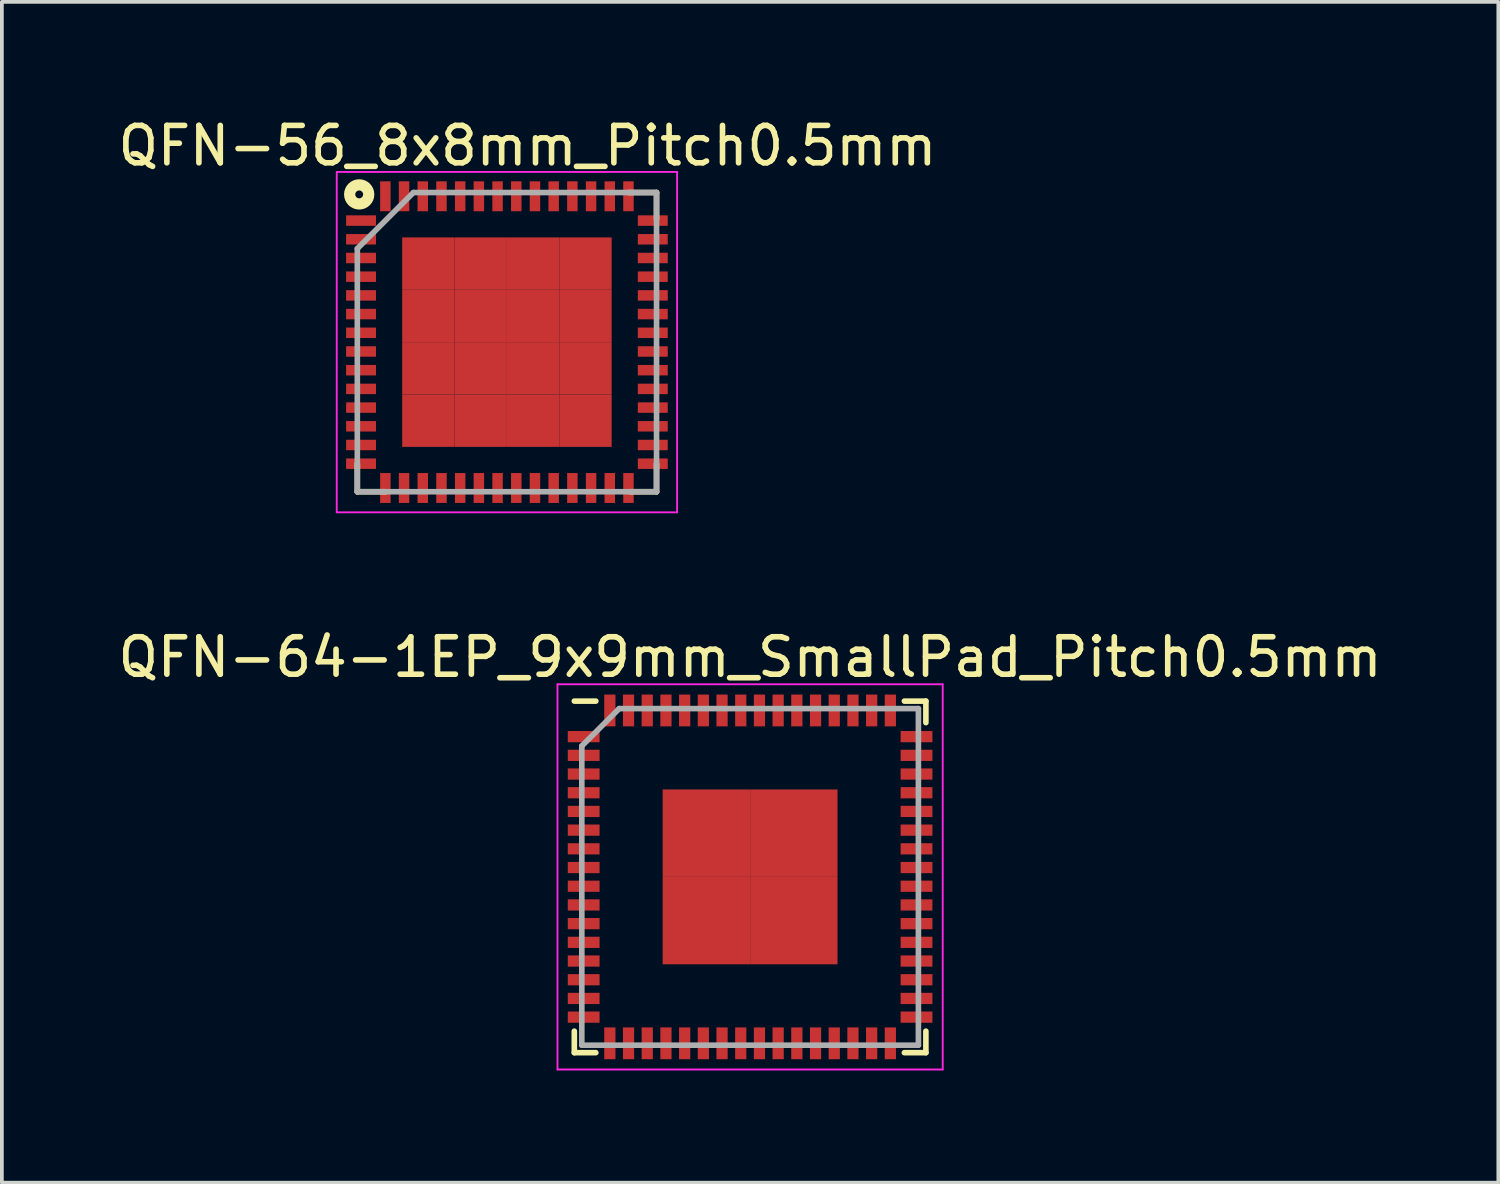
<source format=kicad_pcb>
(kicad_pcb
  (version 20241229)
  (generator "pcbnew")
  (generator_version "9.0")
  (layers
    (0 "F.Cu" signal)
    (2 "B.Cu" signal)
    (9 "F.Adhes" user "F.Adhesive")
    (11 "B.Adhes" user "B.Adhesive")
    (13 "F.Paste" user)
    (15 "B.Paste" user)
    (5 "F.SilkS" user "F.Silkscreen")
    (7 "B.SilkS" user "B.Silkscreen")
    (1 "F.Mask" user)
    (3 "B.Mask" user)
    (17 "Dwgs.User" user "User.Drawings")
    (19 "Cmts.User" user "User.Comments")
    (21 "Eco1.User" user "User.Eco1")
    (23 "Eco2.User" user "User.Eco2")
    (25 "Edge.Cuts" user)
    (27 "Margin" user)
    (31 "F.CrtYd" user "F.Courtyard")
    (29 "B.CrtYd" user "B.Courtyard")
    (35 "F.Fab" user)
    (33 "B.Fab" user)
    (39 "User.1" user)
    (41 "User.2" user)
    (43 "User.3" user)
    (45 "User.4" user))
  (footprint "QFN-56_8x8mm_Pitch0.5mm"
    (layer "F.Cu")
    (at 10.504 6.098)
    (property "Reference" "QFN-56_8x8mm_Pitch0.5mm" (at 0.55 -5.25 0) (layer "F.SilkS") (effects (font (size 1 1) (thickness 0.15))))
    (attr smd)
    (fp_line (start -4 3.25) (end -4 4) (stroke (width 0.15) (type solid)) (layer "F.SilkS"))
    (fp_line (start -4 4) (end -3.25 4) (stroke (width 0.15) (type solid)) (layer "F.SilkS"))
    (fp_line (start 4 -4) (end 3.25 -4) (stroke (width 0.15) (type solid)) (layer "F.SilkS"))
    (fp_line (start 4 -4) (end 4 -3.3) (stroke (width 0.15) (type solid)) (layer "F.SilkS"))
    (fp_line (start 4 3.25) (end 4 4) (stroke (width 0.15) (type solid)) (layer "F.SilkS"))
    (fp_line (start 4 4) (end 3.3 4) (stroke (width 0.15) (type solid)) (layer "F.SilkS"))
    (fp_circle (center -3.95 -3.95) (end -4 -3.7) (stroke (width 0.3) (type solid)) (fill no) (layer "F.SilkS"))
    (fp_line (start -4.55 -4.55) (end -4.55 4.55) (stroke (width 0.05) (type solid)) (layer "F.CrtYd"))
    (fp_line (start -4.55 -4.55) (end 4.55 -4.55) (stroke (width 0.05) (type solid)) (layer "F.CrtYd"))
    (fp_line (start -4.55 4.55) (end 4.55 4.55) (stroke (width 0.05) (type solid)) (layer "F.CrtYd"))
    (fp_line (start 4.55 -4.55) (end 4.55 4.55) (stroke (width 0.05) (type solid)) (layer "F.CrtYd"))
    (fp_line (start -4 -2.5) (end -2.5 -4) (stroke (width 0.15) (type solid)) (layer "F.Fab"))
    (fp_line (start -4 4) (end -4 -2.5) (stroke (width 0.15) (type solid)) (layer "F.Fab"))
    (fp_line (start -2.5 -4) (end 4 -4) (stroke (width 0.15) (type solid)) (layer "F.Fab"))
    (fp_line (start 4 -4) (end 4 4) (stroke (width 0.15) (type solid)) (layer "F.Fab"))
    (fp_line (start 4 4) (end -4 4) (stroke (width 0.15) (type solid)) (layer "F.Fab"))
    (pad "1" smd rect (at -3.9 -3.25) (size 0.8 0.28) (layers "F.Cu" "F.Mask" "F.Paste"))
    (pad "2" smd rect (at -3.9 -2.75) (size 0.8 0.28) (layers "F.Cu" "F.Mask" "F.Paste"))
    (pad "3" smd rect (at -3.9 -2.25) (size 0.8 0.28) (layers "F.Cu" "F.Mask" "F.Paste"))
    (pad "4" smd rect (at -3.9 -1.75) (size 0.8 0.28) (layers "F.Cu" "F.Mask" "F.Paste"))
    (pad "5" smd rect (at -3.9 -1.25) (size 0.8 0.28) (layers "F.Cu" "F.Mask" "F.Paste"))
    (pad "6" smd rect (at -3.9 -0.75) (size 0.8 0.28) (layers "F.Cu" "F.Mask" "F.Paste"))
    (pad "7" smd rect (at -3.9 -0.25) (size 0.8 0.28) (layers "F.Cu" "F.Mask" "F.Paste"))
    (pad "8" smd rect (at -3.9 0.25) (size 0.8 0.28) (layers "F.Cu" "F.Mask" "F.Paste"))
    (pad "9" smd rect (at -3.9 0.75) (size 0.8 0.28) (layers "F.Cu" "F.Mask" "F.Paste"))
    (pad "10" smd rect (at -3.9 1.25) (size 0.8 0.28) (layers "F.Cu" "F.Mask" "F.Paste"))
    (pad "11" smd rect (at -3.9 1.75) (size 0.8 0.28) (layers "F.Cu" "F.Mask" "F.Paste"))
    (pad "12" smd rect (at -3.9 2.25) (size 0.8 0.28) (layers "F.Cu" "F.Mask" "F.Paste"))
    (pad "13" smd rect (at -3.9 2.75) (size 0.8 0.28) (layers "F.Cu" "F.Mask" "F.Paste"))
    (pad "14" smd rect (at -3.9 3.25) (size 0.8 0.28) (layers "F.Cu" "F.Mask" "F.Paste"))
    (pad "15" smd rect (at -3.25 3.9 90) (size 0.8 0.28) (layers "F.Cu" "F.Mask" "F.Paste"))
    (pad "16" smd rect (at -2.75 3.9 90) (size 0.8 0.28) (layers "F.Cu" "F.Mask" "F.Paste"))
    (pad "17" smd rect (at -2.25 3.9 90) (size 0.8 0.28) (layers "F.Cu" "F.Mask" "F.Paste"))
    (pad "18" smd rect (at -1.75 3.9 90) (size 0.8 0.28) (layers "F.Cu" "F.Mask" "F.Paste"))
    (pad "19" smd rect (at -1.25 3.9 90) (size 0.8 0.28) (layers "F.Cu" "F.Mask" "F.Paste"))
    (pad "20" smd rect (at -0.75 3.9 90) (size 0.8 0.28) (layers "F.Cu" "F.Mask" "F.Paste"))
    (pad "21" smd rect (at -0.25 3.9 90) (size 0.8 0.28) (layers "F.Cu" "F.Mask" "F.Paste"))
    (pad "22" smd rect (at 0.25 3.9 90) (size 0.8 0.28) (layers "F.Cu" "F.Mask" "F.Paste"))
    (pad "23" smd rect (at 0.75 3.9 90) (size 0.8 0.28) (layers "F.Cu" "F.Mask" "F.Paste"))
    (pad "24" smd rect (at 1.25 3.9 90) (size 0.8 0.28) (layers "F.Cu" "F.Mask" "F.Paste"))
    (pad "25" smd rect (at 1.75 3.9 90) (size 0.8 0.28) (layers "F.Cu" "F.Mask" "F.Paste"))
    (pad "26" smd rect (at 2.25 3.9 90) (size 0.8 0.28) (layers "F.Cu" "F.Mask" "F.Paste"))
    (pad "27" smd rect (at 2.75 3.9 90) (size 0.8 0.28) (layers "F.Cu" "F.Mask" "F.Paste"))
    (pad "28" smd rect (at 3.25 3.9 90) (size 0.8 0.28) (layers "F.Cu" "F.Mask" "F.Paste"))
    (pad "29" smd rect (at 3.9 3.25) (size 0.8 0.28) (layers "F.Cu" "F.Mask" "F.Paste"))
    (pad "30" smd rect (at 3.9 2.75) (size 0.8 0.28) (layers "F.Cu" "F.Mask" "F.Paste"))
    (pad "31" smd rect (at 3.9 2.25) (size 0.8 0.28) (layers "F.Cu" "F.Mask" "F.Paste"))
    (pad "32" smd rect (at 3.9 1.75) (size 0.8 0.28) (layers "F.Cu" "F.Mask" "F.Paste"))
    (pad "33" smd rect (at 3.9 1.25) (size 0.8 0.28) (layers "F.Cu" "F.Mask" "F.Paste"))
    (pad "34" smd rect (at 3.9 0.75) (size 0.8 0.28) (layers "F.Cu" "F.Mask" "F.Paste"))
    (pad "35" smd rect (at 3.9 0.25) (size 0.8 0.28) (layers "F.Cu" "F.Mask" "F.Paste"))
    (pad "36" smd rect (at 3.9 -0.25) (size 0.8 0.28) (layers "F.Cu" "F.Mask" "F.Paste"))
    (pad "37" smd rect (at 3.9 -0.75) (size 0.8 0.28) (layers "F.Cu" "F.Mask" "F.Paste"))
    (pad "38" smd rect (at 3.9 -1.25) (size 0.8 0.28) (layers "F.Cu" "F.Mask" "F.Paste"))
    (pad "39" smd rect (at 3.9 -1.75) (size 0.8 0.28) (layers "F.Cu" "F.Mask" "F.Paste"))
    (pad "40" smd rect (at 3.9 -2.25) (size 0.8 0.28) (layers "F.Cu" "F.Mask" "F.Paste"))
    (pad "41" smd rect (at 3.9 -2.75) (size 0.8 0.28) (layers "F.Cu" "F.Mask" "F.Paste"))
    (pad "42" smd rect (at 3.9 -3.25) (size 0.8 0.28) (layers "F.Cu" "F.Mask" "F.Paste"))
    (pad "43" smd rect (at 3.25 -3.9 90) (size 0.8 0.28) (layers "F.Cu" "F.Mask" "F.Paste"))
    (pad "44" smd rect (at 2.75 -3.9 90) (size 0.8 0.28) (layers "F.Cu" "F.Mask" "F.Paste"))
    (pad "45" smd rect (at 2.25 -3.9 90) (size 0.8 0.28) (layers "F.Cu" "F.Mask" "F.Paste"))
    (pad "46" smd rect (at 1.75 -3.9 90) (size 0.8 0.28) (layers "F.Cu" "F.Mask" "F.Paste"))
    (pad "47" smd rect (at 1.25 -3.9 90) (size 0.8 0.28) (layers "F.Cu" "F.Mask" "F.Paste"))
    (pad "48" smd rect (at 0.75 -3.9 90) (size 0.8 0.28) (layers "F.Cu" "F.Mask" "F.Paste"))
    (pad "49" smd rect (at 0.25 -3.9 90) (size 0.8 0.28) (layers "F.Cu" "F.Mask" "F.Paste"))
    (pad "50" smd rect (at -0.25 -3.9 90) (size 0.8 0.28) (layers "F.Cu" "F.Mask" "F.Paste"))
    (pad "51" smd rect (at -0.75 -3.9 90) (size 0.8 0.28) (layers "F.Cu" "F.Mask" "F.Paste"))
    (pad "52" smd rect (at -1.25 -3.9 90) (size 0.8 0.28) (layers "F.Cu" "F.Mask" "F.Paste"))
    (pad "53" smd rect (at -1.75 -3.9 90) (size 0.8 0.28) (layers "F.Cu" "F.Mask" "F.Paste"))
    (pad "54" smd rect (at -2.25 -3.9 90) (size 0.8 0.28) (layers "F.Cu" "F.Mask" "F.Paste"))
    (pad "55" smd rect (at -2.75 -3.9 90) (size 0.8 0.28) (layers "F.Cu" "F.Mask" "F.Paste"))
    (pad "56" smd rect (at -3.25 -3.9 90) (size 0.8 0.28) (layers "F.Cu" "F.Mask" "F.Paste"))
    (pad "57" smd rect (at -2.1 -2.1) (size 1.4 1.4) (layers "F.Cu" "F.Mask" "F.Paste"))
    (pad "57" smd rect (at -2.1 -0.7) (size 1.4 1.4) (layers "F.Cu" "F.Mask" "F.Paste"))
    (pad "57" smd rect (at -2.1 0.7) (size 1.4 1.4) (layers "F.Cu" "F.Mask" "F.Paste"))
    (pad "57" smd rect (at -2.1 2.1) (size 1.4 1.4) (layers "F.Cu" "F.Mask" "F.Paste"))
    (pad "57" smd rect (at -0.7 -2.1) (size 1.4 1.4) (layers "F.Cu" "F.Mask" "F.Paste"))
    (pad "57" smd rect (at -0.7 -0.7) (size 1.4 1.4) (layers "F.Cu" "F.Mask" "F.Paste"))
    (pad "57" smd rect (at -0.7 0.7) (size 1.4 1.4) (layers "F.Cu" "F.Mask" "F.Paste"))
    (pad "57" smd rect (at -0.7 2.1) (size 1.4 1.4) (layers "F.Cu" "F.Mask" "F.Paste"))
    (pad "57" smd rect (at 0.7 -2.1) (size 1.4 1.4) (layers "F.Cu" "F.Mask" "F.Paste"))
    (pad "57" smd rect (at 0.7 -0.7) (size 1.4 1.4) (layers "F.Cu" "F.Mask" "F.Paste"))
    (pad "57" smd rect (at 0.7 0.7) (size 1.4 1.4) (layers "F.Cu" "F.Mask" "F.Paste"))
    (pad "57" smd rect (at 0.7 2.1) (size 1.4 1.4) (layers "F.Cu" "F.Mask" "F.Paste"))
    (pad "57" smd rect (at 2.1 -2.1) (size 1.4 1.4) (layers "F.Cu" "F.Mask" "F.Paste"))
    (pad "57" smd rect (at 2.1 -0.7) (size 1.4 1.4) (layers "F.Cu" "F.Mask" "F.Paste"))
    (pad "57" smd rect (at 2.1 0.7) (size 1.4 1.4) (layers "F.Cu" "F.Mask" "F.Paste"))
    (pad "57" smd rect (at 2.1 2.1) (size 1.4 1.4) (layers "F.Cu" "F.Mask" "F.Paste")))
  (footprint "QFN-64-1EP_9x9mm_SmallPad_Pitch0.5mm"
    (layer "F.Cu")
    (at 17.006 20.396)
    (property "Reference" "QFN-64-1EP_9x9mm_SmallPad_Pitch0.5mm" (at 0 -5.875 0) (layer "F.SilkS") (effects (font (size 1 1) (thickness 0.15))))
    (attr smd)
    (fp_line (start -4.7 -4.7) (end -4.125 -4.7) (stroke (width 0.15) (type solid)) (layer "F.SilkS"))
    (fp_line (start -4.7 4.7) (end -4.7 4.125) (stroke (width 0.15) (type solid)) (layer "F.SilkS"))
    (fp_line (start -4.7 4.7) (end -4.125 4.7) (stroke (width 0.15) (type solid)) (layer "F.SilkS"))
    (fp_line (start 4.7 -4.7) (end 4.125 -4.7) (stroke (width 0.15) (type solid)) (layer "F.SilkS"))
    (fp_line (start 4.7 -4.7) (end 4.7 -4.125) (stroke (width 0.15) (type solid)) (layer "F.SilkS"))
    (fp_line (start 4.7 4.7) (end 4.125 4.7) (stroke (width 0.15) (type solid)) (layer "F.SilkS"))
    (fp_line (start 4.7 4.7) (end 4.7 4.125) (stroke (width 0.15) (type solid)) (layer "F.SilkS"))
    (fp_line (start -5.15 -5.15) (end -5.15 5.15) (stroke (width 0.05) (type solid)) (layer "F.CrtYd"))
    (fp_line (start -5.15 -5.15) (end 5.15 -5.15) (stroke (width 0.05) (type solid)) (layer "F.CrtYd"))
    (fp_line (start -5.15 5.15) (end 5.15 5.15) (stroke (width 0.05) (type solid)) (layer "F.CrtYd"))
    (fp_line (start 5.15 -5.15) (end 5.15 5.15) (stroke (width 0.05) (type solid)) (layer "F.CrtYd"))
    (fp_line (start -4.5 -3.5) (end -3.5 -4.5) (stroke (width 0.15) (type solid)) (layer "F.Fab"))
    (fp_line (start -4.5 4.5) (end -4.5 -3.5) (stroke (width 0.15) (type solid)) (layer "F.Fab"))
    (fp_line (start -3.5 -4.5) (end 4.5 -4.5) (stroke (width 0.15) (type solid)) (layer "F.Fab"))
    (fp_line (start 4.5 -4.5) (end 4.5 4.5) (stroke (width 0.15) (type solid)) (layer "F.Fab"))
    (fp_line (start 4.5 4.5) (end -4.5 4.5) (stroke (width 0.15) (type solid)) (layer "F.Fab"))
    (pad "1" smd rect (at -4.45 -3.75) (size 0.85 0.3) (layers "F.Cu" "F.Mask" "F.Paste"))
    (pad "2" smd rect (at -4.45 -3.25) (size 0.85 0.3) (layers "F.Cu" "F.Mask" "F.Paste"))
    (pad "3" smd rect (at -4.45 -2.75) (size 0.85 0.3) (layers "F.Cu" "F.Mask" "F.Paste"))
    (pad "4" smd rect (at -4.45 -2.25) (size 0.85 0.3) (layers "F.Cu" "F.Mask" "F.Paste"))
    (pad "5" smd rect (at -4.45 -1.75) (size 0.85 0.3) (layers "F.Cu" "F.Mask" "F.Paste"))
    (pad "6" smd rect (at -4.45 -1.25) (size 0.85 0.3) (layers "F.Cu" "F.Mask" "F.Paste"))
    (pad "7" smd rect (at -4.45 -0.75) (size 0.85 0.3) (layers "F.Cu" "F.Mask" "F.Paste"))
    (pad "8" smd rect (at -4.45 -0.25) (size 0.85 0.3) (layers "F.Cu" "F.Mask" "F.Paste"))
    (pad "9" smd rect (at -4.45 0.25) (size 0.85 0.3) (layers "F.Cu" "F.Mask" "F.Paste"))
    (pad "10" smd rect (at -4.45 0.75) (size 0.85 0.3) (layers "F.Cu" "F.Mask" "F.Paste"))
    (pad "11" smd rect (at -4.45 1.25) (size 0.85 0.3) (layers "F.Cu" "F.Mask" "F.Paste"))
    (pad "12" smd rect (at -4.45 1.75) (size 0.85 0.3) (layers "F.Cu" "F.Mask" "F.Paste"))
    (pad "13" smd rect (at -4.45 2.25) (size 0.85 0.3) (layers "F.Cu" "F.Mask" "F.Paste"))
    (pad "14" smd rect (at -4.45 2.75) (size 0.85 0.3) (layers "F.Cu" "F.Mask" "F.Paste"))
    (pad "15" smd rect (at -4.45 3.25) (size 0.85 0.3) (layers "F.Cu" "F.Mask" "F.Paste"))
    (pad "16" smd rect (at -4.45 3.75) (size 0.85 0.3) (layers "F.Cu" "F.Mask" "F.Paste"))
    (pad "17" smd rect (at -3.75 4.45 90) (size 0.85 0.3) (layers "F.Cu" "F.Mask" "F.Paste"))
    (pad "18" smd rect (at -3.25 4.45 90) (size 0.85 0.3) (layers "F.Cu" "F.Mask" "F.Paste"))
    (pad "19" smd rect (at -2.75 4.45 90) (size 0.85 0.3) (layers "F.Cu" "F.Mask" "F.Paste"))
    (pad "20" smd rect (at -2.25 4.45 90) (size 0.85 0.3) (layers "F.Cu" "F.Mask" "F.Paste"))
    (pad "21" smd rect (at -1.75 4.45 90) (size 0.85 0.3) (layers "F.Cu" "F.Mask" "F.Paste"))
    (pad "22" smd rect (at -1.25 4.45 90) (size 0.85 0.3) (layers "F.Cu" "F.Mask" "F.Paste"))
    (pad "23" smd rect (at -0.75 4.45 90) (size 0.85 0.3) (layers "F.Cu" "F.Mask" "F.Paste"))
    (pad "24" smd rect (at -0.25 4.45 90) (size 0.85 0.3) (layers "F.Cu" "F.Mask" "F.Paste"))
    (pad "25" smd rect (at 0.25 4.45 90) (size 0.85 0.3) (layers "F.Cu" "F.Mask" "F.Paste"))
    (pad "26" smd rect (at 0.75 4.45 90) (size 0.85 0.3) (layers "F.Cu" "F.Mask" "F.Paste"))
    (pad "27" smd rect (at 1.25 4.45 90) (size 0.85 0.3) (layers "F.Cu" "F.Mask" "F.Paste"))
    (pad "28" smd rect (at 1.75 4.45 90) (size 0.85 0.3) (layers "F.Cu" "F.Mask" "F.Paste"))
    (pad "29" smd rect (at 2.25 4.45 90) (size 0.85 0.3) (layers "F.Cu" "F.Mask" "F.Paste"))
    (pad "30" smd rect (at 2.75 4.45 90) (size 0.85 0.3) (layers "F.Cu" "F.Mask" "F.Paste"))
    (pad "31" smd rect (at 3.25 4.45 90) (size 0.85 0.3) (layers "F.Cu" "F.Mask" "F.Paste"))
    (pad "32" smd rect (at 3.75 4.45 90) (size 0.85 0.3) (layers "F.Cu" "F.Mask" "F.Paste"))
    (pad "33" smd rect (at 4.45 3.75) (size 0.85 0.3) (layers "F.Cu" "F.Mask" "F.Paste"))
    (pad "34" smd rect (at 4.45 3.25) (size 0.85 0.3) (layers "F.Cu" "F.Mask" "F.Paste"))
    (pad "35" smd rect (at 4.45 2.75) (size 0.85 0.3) (layers "F.Cu" "F.Mask" "F.Paste"))
    (pad "36" smd rect (at 4.45 2.25) (size 0.85 0.3) (layers "F.Cu" "F.Mask" "F.Paste"))
    (pad "37" smd rect (at 4.45 1.75) (size 0.85 0.3) (layers "F.Cu" "F.Mask" "F.Paste"))
    (pad "38" smd rect (at 4.45 1.25) (size 0.85 0.3) (layers "F.Cu" "F.Mask" "F.Paste"))
    (pad "39" smd rect (at 4.45 0.75) (size 0.85 0.3) (layers "F.Cu" "F.Mask" "F.Paste"))
    (pad "40" smd rect (at 4.45 0.25) (size 0.85 0.3) (layers "F.Cu" "F.Mask" "F.Paste"))
    (pad "41" smd rect (at 4.45 -0.25) (size 0.85 0.3) (layers "F.Cu" "F.Mask" "F.Paste"))
    (pad "42" smd rect (at 4.45 -0.75) (size 0.85 0.3) (layers "F.Cu" "F.Mask" "F.Paste"))
    (pad "43" smd rect (at 4.45 -1.25) (size 0.85 0.3) (layers "F.Cu" "F.Mask" "F.Paste"))
    (pad "44" smd rect (at 4.45 -1.75) (size 0.85 0.3) (layers "F.Cu" "F.Mask" "F.Paste"))
    (pad "45" smd rect (at 4.45 -2.25) (size 0.85 0.3) (layers "F.Cu" "F.Mask" "F.Paste"))
    (pad "46" smd rect (at 4.45 -2.75) (size 0.85 0.3) (layers "F.Cu" "F.Mask" "F.Paste"))
    (pad "47" smd rect (at 4.45 -3.25) (size 0.85 0.3) (layers "F.Cu" "F.Mask" "F.Paste"))
    (pad "48" smd rect (at 4.45 -3.75) (size 0.85 0.3) (layers "F.Cu" "F.Mask" "F.Paste"))
    (pad "49" smd rect (at 3.75 -4.45 90) (size 0.85 0.3) (layers "F.Cu" "F.Mask" "F.Paste"))
    (pad "50" smd rect (at 3.25 -4.45 90) (size 0.85 0.3) (layers "F.Cu" "F.Mask" "F.Paste"))
    (pad "51" smd rect (at 2.75 -4.45 90) (size 0.85 0.3) (layers "F.Cu" "F.Mask" "F.Paste"))
    (pad "52" smd rect (at 2.25 -4.45 90) (size 0.85 0.3) (layers "F.Cu" "F.Mask" "F.Paste"))
    (pad "53" smd rect (at 1.75 -4.45 90) (size 0.85 0.3) (layers "F.Cu" "F.Mask" "F.Paste"))
    (pad "54" smd rect (at 1.25 -4.45 90) (size 0.85 0.3) (layers "F.Cu" "F.Mask" "F.Paste"))
    (pad "55" smd rect (at 0.75 -4.45 90) (size 0.85 0.3) (layers "F.Cu" "F.Mask" "F.Paste"))
    (pad "56" smd rect (at 0.25 -4.45 90) (size 0.85 0.3) (layers "F.Cu" "F.Mask" "F.Paste"))
    (pad "57" smd rect (at -0.25 -4.45 90) (size 0.85 0.3) (layers "F.Cu" "F.Mask" "F.Paste"))
    (pad "58" smd rect (at -0.75 -4.45 90) (size 0.85 0.3) (layers "F.Cu" "F.Mask" "F.Paste"))
    (pad "59" smd rect (at -1.25 -4.45 90) (size 0.85 0.3) (layers "F.Cu" "F.Mask" "F.Paste"))
    (pad "60" smd rect (at -1.75 -4.45 90) (size 0.85 0.3) (layers "F.Cu" "F.Mask" "F.Paste"))
    (pad "61" smd rect (at -2.25 -4.45 90) (size 0.85 0.3) (layers "F.Cu" "F.Mask" "F.Paste"))
    (pad "62" smd rect (at -2.75 -4.45 90) (size 0.85 0.3) (layers "F.Cu" "F.Mask" "F.Paste"))
    (pad "63" smd rect (at -3.25 -4.45 90) (size 0.85 0.3) (layers "F.Cu" "F.Mask" "F.Paste"))
    (pad "64" smd rect (at -3.75 -4.45 90) (size 0.85 0.3) (layers "F.Cu" "F.Mask" "F.Paste"))
    (pad "65" smd rect (at -1.169 -1.169) (size 2.337 2.337) (layers "F.Cu" "F.Mask" "F.Paste"))
    (pad "65" smd rect (at -1.169 1.169) (size 2.337 2.337) (layers "F.Cu" "F.Mask" "F.Paste"))
    (pad "65" smd rect (at 1.169 -1.169) (size 2.337 2.337) (layers "F.Cu" "F.Mask" "F.Paste"))
    (pad "65" smd rect (at 1.169 1.169) (size 2.337 2.337) (layers "F.Cu" "F.Mask" "F.Paste")))
  (gr_rect
    (start -3 -3)
    (end 37.012 28.572)
    (stroke (width 0.1) (type default))
    (fill no)
    (layer "Edge.Cuts")))
</source>
